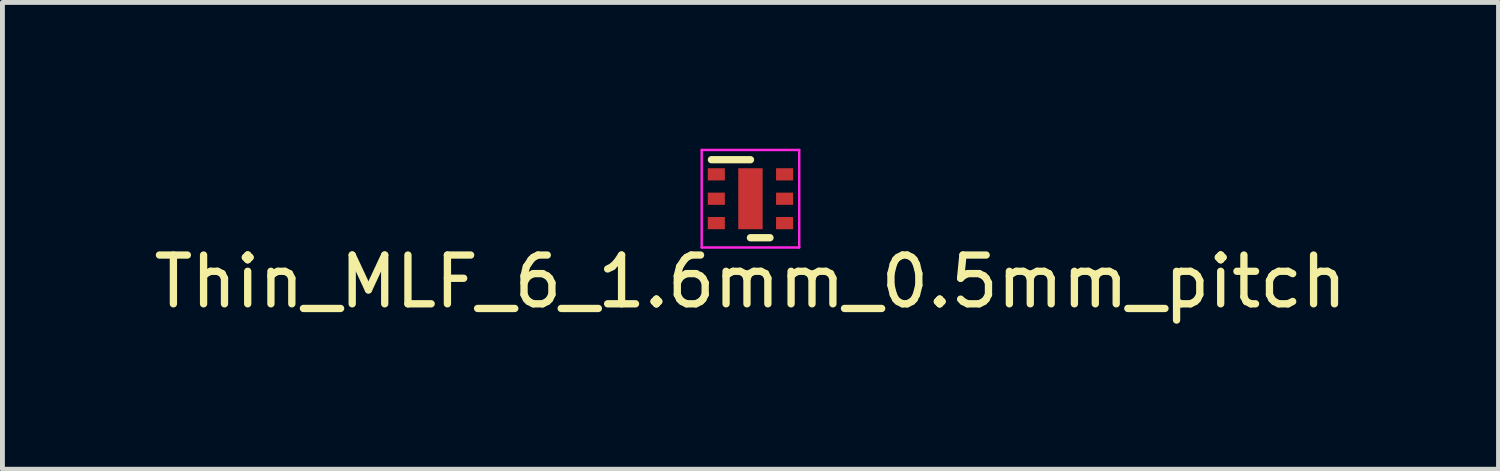
<source format=kicad_pcb>
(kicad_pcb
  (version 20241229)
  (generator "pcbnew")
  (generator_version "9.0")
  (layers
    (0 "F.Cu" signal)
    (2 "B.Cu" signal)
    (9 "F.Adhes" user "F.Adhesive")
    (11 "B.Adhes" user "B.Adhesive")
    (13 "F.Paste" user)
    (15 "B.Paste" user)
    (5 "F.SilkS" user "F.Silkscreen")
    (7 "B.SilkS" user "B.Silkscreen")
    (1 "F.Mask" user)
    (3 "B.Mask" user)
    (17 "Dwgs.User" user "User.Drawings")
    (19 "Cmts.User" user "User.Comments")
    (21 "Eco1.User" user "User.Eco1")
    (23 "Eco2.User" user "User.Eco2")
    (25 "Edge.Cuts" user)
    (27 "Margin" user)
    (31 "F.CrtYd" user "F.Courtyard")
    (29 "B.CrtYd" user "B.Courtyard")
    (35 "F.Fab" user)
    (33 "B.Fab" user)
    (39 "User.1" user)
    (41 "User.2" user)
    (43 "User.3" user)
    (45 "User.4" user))
  (footprint "Thin_MLF_6_1.6mm_0.5mm_pitch"
    (layer "F.Cu")
    (at 12.339 1.025)
    (property "Reference" "Thin_MLF_6_1.6mm_0.5mm_pitch" (at 0 1.7 0) (layer "F.SilkS") (effects (font (size 1 1) (thickness 0.15))))
    (attr through_hole)
    (fp_line (start -0.8 -0.8) (end 0 -0.8) (stroke (width 0.15) (type solid)) (layer "F.SilkS"))
    (fp_line (start 0.4 0.8) (end 0 0.8) (stroke (width 0.15) (type solid)) (layer "F.SilkS"))
    (fp_line (start -1 -1) (end 1 -1) (stroke (width 0.05) (type solid)) (layer "F.CrtYd"))
    (fp_line (start -1 1) (end -1 -1) (stroke (width 0.05) (type solid)) (layer "F.CrtYd"))
    (fp_line (start 1 -1) (end 1 1) (stroke (width 0.05) (type solid)) (layer "F.CrtYd"))
    (fp_line (start 1 1) (end -1 1) (stroke (width 0.05) (type solid)) (layer "F.CrtYd"))
    (pad "1" smd rect (at -0.7 -0.5) (size 0.35 0.25) (layers "F.Cu" "F.Mask" "F.Paste"))
    (pad "2" smd rect (at -0.7 0) (size 0.35 0.25) (layers "F.Cu" "F.Mask" "F.Paste"))
    (pad "3" smd rect (at -0.7 0.5) (size 0.35 0.25) (layers "F.Cu" "F.Mask" "F.Paste"))
    (pad "4" smd rect (at 0.7 0.5) (size 0.35 0.25) (layers "F.Cu" "F.Mask" "F.Paste"))
    (pad "5" smd rect (at 0.7 0) (size 0.35 0.25) (layers "F.Cu" "F.Mask" "F.Paste"))
    (pad "6" smd rect (at 0.7 -0.5) (size 0.35 0.25) (layers "F.Cu" "F.Mask" "F.Paste"))
    (pad "7" smd rect (at 0 0) (size 0.5 1.25) (layers "F.Cu" "F.Mask" "F.Paste")))
  (gr_rect
    (start -3 -3)
    (end 27.679 6.573)
    (stroke (width 0.1) (type default))
    (fill no)
    (layer "Edge.Cuts")))
</source>
